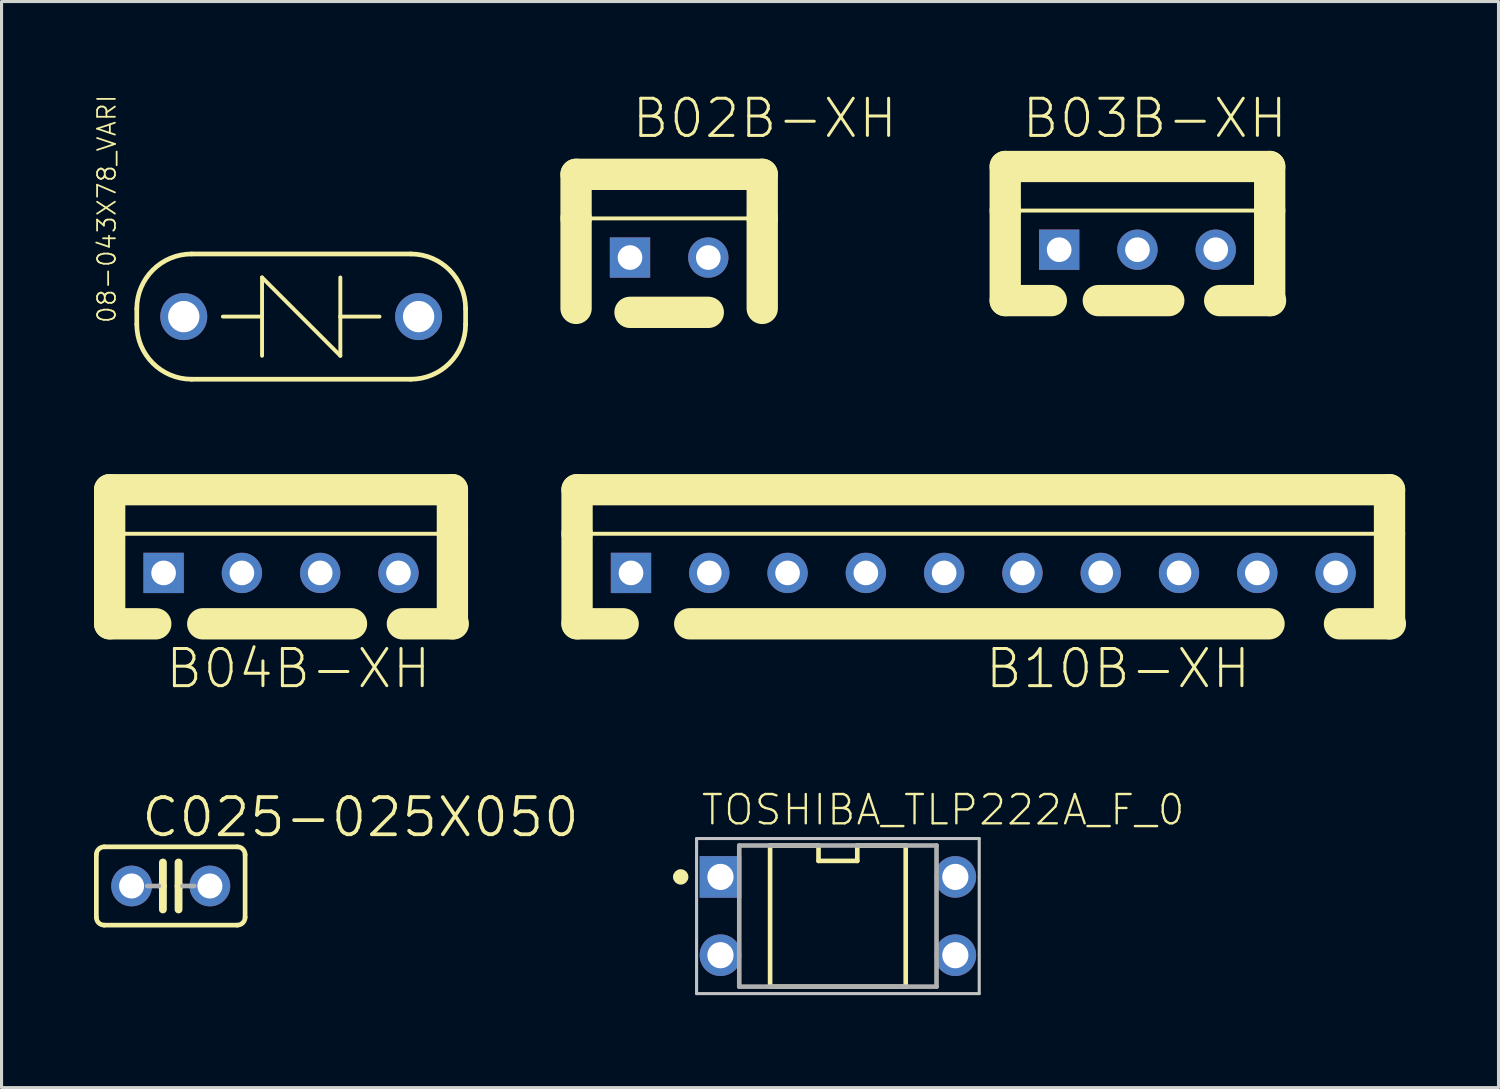
<source format=kicad_pcb>
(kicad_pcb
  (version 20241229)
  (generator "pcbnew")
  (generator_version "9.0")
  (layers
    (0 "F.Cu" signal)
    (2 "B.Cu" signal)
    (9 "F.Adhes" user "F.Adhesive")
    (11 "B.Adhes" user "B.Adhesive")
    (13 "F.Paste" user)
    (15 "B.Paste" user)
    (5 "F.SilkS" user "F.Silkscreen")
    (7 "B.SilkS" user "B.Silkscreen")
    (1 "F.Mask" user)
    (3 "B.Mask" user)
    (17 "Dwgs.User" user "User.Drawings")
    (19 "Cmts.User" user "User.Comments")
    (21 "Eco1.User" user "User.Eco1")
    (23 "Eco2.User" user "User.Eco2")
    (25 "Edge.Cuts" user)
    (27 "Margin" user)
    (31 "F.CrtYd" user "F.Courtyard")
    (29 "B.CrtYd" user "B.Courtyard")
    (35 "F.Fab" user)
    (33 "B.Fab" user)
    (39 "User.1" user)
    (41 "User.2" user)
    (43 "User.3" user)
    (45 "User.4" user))
  (footprint "B04B-XH"
    (layer "F.Cu")
    (at 4.798 15.538)
    (property "Reference" "B04B-XH" (at -2.54 3.81 0) (layer "F.SilkS") (effects (font (size 1.206 1.206) (thickness 0.097)) (justify left bottom)))
    (attr through_hole)
    (fp_line (start -4.29 -2.7) (end 6.83 -2.7) (stroke (width 1.016) (type solid)) (layer "F.SilkS"))
    (fp_line (start -4.29 -1.27) (end -4.29 -2.7) (stroke (width 1.016) (type solid)) (layer "F.SilkS"))
    (fp_line (start -4.29 -1.27) (end 6.83 -1.27) (stroke (width 0.127) (type solid)) (layer "F.SilkS"))
    (fp_line (start -4.29 1.65) (end -4.29 -1.27) (stroke (width 1.016) (type solid)) (layer "F.SilkS"))
    (fp_line (start -4.29 1.65) (end -2.794 1.651) (stroke (width 1.016) (type solid)) (layer "F.SilkS"))
    (fp_line (start -1.27 1.651) (end 3.556 1.651) (stroke (width 1.016) (type solid)) (layer "F.SilkS"))
    (fp_line (start 6.83 -2.7) (end 6.83 -1.27) (stroke (width 1.016) (type solid)) (layer "F.SilkS"))
    (fp_line (start 6.83 -1.27) (end 6.83 1.65) (stroke (width 1.016) (type solid)) (layer "F.SilkS"))
    (fp_line (start 6.858 1.651) (end 5.207 1.651) (stroke (width 1.016) (type solid)) (layer "F.SilkS"))
    (pad "P$1" thru_hole rect (at -2.54 0) (size 1.308 1.308) (drill 0.8) (layers "*.Cu" "*.Mask"))
    (pad "P$2" thru_hole circle (at 0 0) (size 1.308 1.308) (drill 0.8) (layers "*.Cu" "*.Mask"))
    (pad "P$3" thru_hole circle (at 2.54 0) (size 1.308 1.308) (drill 0.8) (layers "*.Cu" "*.Mask"))
    (pad "P$4" thru_hole circle (at 5.08 0) (size 1.308 1.308) (drill 0.8) (layers "*.Cu" "*.Mask")))
  (footprint "C025-025X050"
    (layer "F.Cu")
    (at 2.489 25.695)
    (property "Reference" "C025-025X050" (at -1.016 -1.524 0) (layer "F.SilkS") (effects (font (size 1.206 1.206) (thickness 0.121)) (justify left bottom)))
    (attr through_hole)
    (fp_line (start -2.413 -1.016) (end -2.413 1.016) (stroke (width 0.152) (type solid)) (layer "F.SilkS"))
    (fp_line (start -2.159 -1.27) (end 2.159 -1.27) (stroke (width 0.152) (type solid)) (layer "F.SilkS"))
    (fp_line (start -0.254 -0.762) (end -0.254 0) (stroke (width 0.254) (type solid)) (layer "F.SilkS"))
    (fp_line (start -0.254 0) (end -0.381 0) (stroke (width 0.152) (type solid)) (layer "F.SilkS"))
    (fp_line (start -0.254 0) (end -0.254 0.762) (stroke (width 0.254) (type solid)) (layer "F.SilkS"))
    (fp_line (start 0.254 0) (end 0.254 -0.762) (stroke (width 0.254) (type solid)) (layer "F.SilkS"))
    (fp_line (start 0.254 0) (end 0.254 0.762) (stroke (width 0.254) (type solid)) (layer "F.SilkS"))
    (fp_line (start 0.381 0) (end 0.254 0) (stroke (width 0.152) (type solid)) (layer "F.SilkS"))
    (fp_line (start 2.159 1.27) (end -2.159 1.27) (stroke (width 0.152) (type solid)) (layer "F.SilkS"))
    (fp_line (start 2.413 -1.016) (end 2.413 1.016) (stroke (width 0.152) (type solid)) (layer "F.SilkS"))
    (fp_arc (start -2.413 -1.016) (mid -2.338605 -1.195605) (end -2.159 -1.27) (stroke (width 0.1524) (type solid)) (layer "F.SilkS"))
    (fp_arc (start -2.159 1.27) (mid -2.338605 1.195605) (end -2.413 1.016) (stroke (width 0.1524) (type solid)) (layer "F.SilkS"))
    (fp_arc (start 2.159 -1.27) (mid 2.338605 -1.195605) (end 2.413 -1.016) (stroke (width 0.1524) (type solid)) (layer "F.SilkS"))
    (fp_arc (start 2.413 1.016) (mid 2.338605 1.195605) (end 2.159 1.27) (stroke (width 0.1524) (type solid)) (layer "F.SilkS"))
    (fp_line (start -0.381 0) (end -0.762 0) (stroke (width 0.152) (type solid)) (layer "F.Fab"))
    (fp_line (start 0.762 0) (end 0.381 0) (stroke (width 0.152) (type solid)) (layer "F.Fab"))
    (pad "1" thru_hole circle (at -1.27 0) (size 1.321 1.321) (drill 0.813) (layers "*.Cu" "*.Mask"))
    (pad "2" thru_hole circle (at 1.27 0) (size 1.321 1.321) (drill 0.813) (layers "*.Cu" "*.Mask")))
  (footprint "TOSHIBA_TLP222A_F_0"
    (layer "F.Cu")
    (at 24.135 26.671)
    (property "Reference" "TOSHIBA_TLP222A_F_0" (at -4.485 -2.89 0) (layer "F.SilkS") (effects (font (size 0.95 0.95) (thickness 0.076)) (justify left bottom)))
    (attr through_hole)
    (fp_line (start -2.2 -2.29) (end -2.2 2.29) (stroke (width 0.15) (type solid)) (layer "F.SilkS"))
    (fp_line (start -2.2 2.29) (end 2.2 2.29) (stroke (width 0.15) (type solid)) (layer "F.SilkS"))
    (fp_line (start -0.629 -2.29) (end -2.2 -2.29) (stroke (width 0.15) (type solid)) (layer "F.SilkS"))
    (fp_line (start -0.629 -1.79) (end -0.629 -2.29) (stroke (width 0.15) (type solid)) (layer "F.SilkS"))
    (fp_line (start 0.629 -2.29) (end 0.629 -1.79) (stroke (width 0.15) (type solid)) (layer "F.SilkS"))
    (fp_line (start 0.629 -1.79) (end -0.629 -1.79) (stroke (width 0.15) (type solid)) (layer "F.SilkS"))
    (fp_line (start 2.2 -2.29) (end 0.629 -2.29) (stroke (width 0.15) (type solid)) (layer "F.SilkS"))
    (fp_line (start 2.2 2.29) (end 2.2 -2.29) (stroke (width 0.15) (type solid)) (layer "F.SilkS"))
    (fp_circle (center -5.1 -1.27) (end -4.975 -1.27) (stroke (width 0.25) (type solid)) (fill no) (layer "F.SilkS"))
    (fp_line (start -4.585 -2.515) (end 4.585 -2.515) (stroke (width 0.1) (type solid)) (layer "Dwgs.User"))
    (fp_line (start -4.585 2.515) (end -4.585 -2.515) (stroke (width 0.1) (type solid)) (layer "Dwgs.User"))
    (fp_line (start 4.585 -2.515) (end 4.585 2.515) (stroke (width 0.1) (type solid)) (layer "Dwgs.User"))
    (fp_line (start 4.585 2.515) (end -4.585 2.515) (stroke (width 0.1) (type solid)) (layer "Dwgs.User"))
    (fp_line (start -3.2 -2.29) (end 3.2 -2.29) (stroke (width 0.15) (type solid)) (layer "F.Fab"))
    (fp_line (start -3.2 2.29) (end -3.2 -2.29) (stroke (width 0.15) (type solid)) (layer "F.Fab"))
    (fp_line (start 3.2 -2.29) (end 3.2 2.29) (stroke (width 0.15) (type solid)) (layer "F.Fab"))
    (fp_line (start 3.2 2.29) (end -3.2 2.29) (stroke (width 0.15) (type solid)) (layer "F.Fab"))
    (pad "1" thru_hole rect (at -3.81 -1.27) (size 1.35 1.35) (drill 0.85) (layers "*.Cu" "*.Mask"))
    (pad "2" thru_hole circle (at -3.81 1.27) (size 1.35 1.35) (drill 0.85) (layers "*.Cu" "*.Mask"))
    (pad "3" thru_hole circle (at 3.81 1.27) (size 1.35 1.35) (drill 0.85) (layers "*.Cu" "*.Mask"))
    (pad "4" thru_hole circle (at 3.81 -1.27) (size 1.35 1.35) (drill 0.85) (layers "*.Cu" "*.Mask")))
  (footprint "08-043X78_VARI"
    (layer "F.Cu")
    (at 6.722 7.222)
    (property "Reference" "08-043X78_VARI" (at -5.969 0.254 270) (layer "F.SilkS") (effects (font (size 0.579 0.579) (thickness 0.058)) (justify left bottom)))
    (attr through_hole)
    (fp_line (start -5.334 0.254) (end -5.334 -0.254) (stroke (width 0.152) (type solid)) (layer "F.SilkS"))
    (fp_line (start -3.556 -2.032) (end 3.556 -2.032) (stroke (width 0.152) (type solid)) (layer "F.SilkS"))
    (fp_line (start -1.27 -1.27) (end 1.27 1.27) (stroke (width 0.127) (type solid)) (layer "F.SilkS"))
    (fp_line (start -1.27 0) (end -2.54 0) (stroke (width 0.127) (type solid)) (layer "F.SilkS"))
    (fp_line (start -1.27 0) (end -1.27 -1.27) (stroke (width 0.127) (type solid)) (layer "F.SilkS"))
    (fp_line (start -1.27 1.27) (end -1.27 0) (stroke (width 0.127) (type solid)) (layer "F.SilkS"))
    (fp_line (start 1.27 -1.27) (end 1.27 0) (stroke (width 0.127) (type solid)) (layer "F.SilkS"))
    (fp_line (start 1.27 0) (end 1.27 1.27) (stroke (width 0.127) (type solid)) (layer "F.SilkS"))
    (fp_line (start 1.27 0) (end 2.54 0) (stroke (width 0.127) (type solid)) (layer "F.SilkS"))
    (fp_line (start 3.556 2.032) (end -3.556 2.032) (stroke (width 0.152) (type solid)) (layer "F.SilkS"))
    (fp_line (start 5.334 -0.254) (end 5.334 0.254) (stroke (width 0.152) (type solid)) (layer "F.SilkS"))
    (fp_arc (start -5.334 -0.254) (mid -4.813235 -1.511236) (end -3.555999 -2.031999) (stroke (width 0.1524) (type solid)) (layer "F.SilkS"))
    (fp_arc (start -3.555999 2.031999) (mid -4.813235 1.511236) (end -5.334 0.254) (stroke (width 0.1524) (type solid)) (layer "F.SilkS"))
    (fp_arc (start 3.556 -2.032) (mid 4.813237 -1.511236) (end 5.334001 -0.253999) (stroke (width 0.1524) (type solid)) (layer "F.SilkS"))
    (fp_arc (start 5.334001 0.253999) (mid 4.813237 1.511236) (end 3.556 2.032) (stroke (width 0.1524) (type solid)) (layer "F.SilkS"))
    (pad "1" thru_hole circle (at -3.81 0) (size 1.524 1.524) (drill 1.016) (layers "*.Cu" "*.Mask"))
    (pad "2" thru_hole circle (at 3.81 0) (size 1.524 1.524) (drill 1.016) (layers "*.Cu" "*.Mask")))
  (footprint "B10B-XH"
    (layer "F.Cu")
    (at 19.962 15.538)
    (property "Reference" "B10B-XH" (at 8.89 3.81 180) (layer "F.SilkS") (effects (font (size 1.206 1.206) (thickness 0.097)) (justify left bottom)))
    (attr through_hole)
    (fp_line (start -4.29 -2.7) (end 22.07 -2.7) (stroke (width 1.016) (type solid)) (layer "F.SilkS"))
    (fp_line (start -4.29 -1.27) (end -4.29 -2.7) (stroke (width 1.016) (type solid)) (layer "F.SilkS"))
    (fp_line (start -4.29 -1.27) (end 22.07 -1.27) (stroke (width 0.127) (type solid)) (layer "F.SilkS"))
    (fp_line (start -4.29 1.65) (end -4.29 -1.27) (stroke (width 1.016) (type solid)) (layer "F.SilkS"))
    (fp_line (start -4.29 1.65) (end -2.794 1.651) (stroke (width 1.016) (type solid)) (layer "F.SilkS"))
    (fp_line (start -0.635 1.651) (end 18.161 1.651) (stroke (width 1.016) (type solid)) (layer "F.SilkS"))
    (fp_line (start 22.07 -2.7) (end 22.07 -1.27) (stroke (width 1.016) (type solid)) (layer "F.SilkS"))
    (fp_line (start 22.07 -1.27) (end 22.07 1.65) (stroke (width 1.016) (type solid)) (layer "F.SilkS"))
    (fp_line (start 22.098 1.651) (end 20.447 1.651) (stroke (width 1.016) (type solid)) (layer "F.SilkS"))
    (pad "P$1" thru_hole rect (at -2.54 0) (size 1.308 1.308) (drill 0.8) (layers "*.Cu" "*.Mask"))
    (pad "P$2" thru_hole circle (at 0 0) (size 1.308 1.308) (drill 0.8) (layers "*.Cu" "*.Mask"))
    (pad "P$3" thru_hole circle (at 2.54 0) (size 1.308 1.308) (drill 0.8) (layers "*.Cu" "*.Mask"))
    (pad "P$4" thru_hole circle (at 5.08 0) (size 1.308 1.308) (drill 0.8) (layers "*.Cu" "*.Mask"))
    (pad "P$5" thru_hole circle (at 7.62 0) (size 1.308 1.308) (drill 0.8) (layers "*.Cu" "*.Mask"))
    (pad "P$6" thru_hole circle (at 10.16 0) (size 1.308 1.308) (drill 0.8) (layers "*.Cu" "*.Mask"))
    (pad "P$7" thru_hole circle (at 12.7 0) (size 1.308 1.308) (drill 0.8) (layers "*.Cu" "*.Mask"))
    (pad "P$8" thru_hole circle (at 15.24 0) (size 1.308 1.308) (drill 0.8) (layers "*.Cu" "*.Mask"))
    (pad "P$9" thru_hole circle (at 17.78 0) (size 1.308 1.308) (drill 0.8) (layers "*.Cu" "*.Mask"))
    (pad "P$10" thru_hole circle (at 20.32 0) (size 1.308 1.308) (drill 0.8) (layers "*.Cu" "*.Mask")))
  (footprint "B02B-XH"
    (layer "F.Cu")
    (at 19.93 5.306)
    (property "Reference" "B02B-XH" (at -2.54 -3.81 180) (layer "F.SilkS") (effects (font (size 1.206 1.206) (thickness 0.097)) (justify left bottom)))
    (attr through_hole)
    (fp_line (start -4.29 -2.7) (end 1.75 -2.7) (stroke (width 1.016) (type solid)) (layer "F.SilkS"))
    (fp_line (start -4.29 -1.27) (end -4.29 -2.7) (stroke (width 1.016) (type solid)) (layer "F.SilkS"))
    (fp_line (start -4.29 -1.27) (end 1.75 -1.27) (stroke (width 0.127) (type solid)) (layer "F.SilkS"))
    (fp_line (start -4.29 1.65) (end -4.29 -1.27) (stroke (width 1.016) (type solid)) (layer "F.SilkS"))
    (fp_line (start -2.54 1.778) (end 0 1.778) (stroke (width 1.016) (type solid)) (layer "F.SilkS"))
    (fp_line (start 1.75 -2.7) (end 1.75 -1.27) (stroke (width 1.016) (type solid)) (layer "F.SilkS"))
    (fp_line (start 1.75 -1.27) (end 1.75 1.65) (stroke (width 1.016) (type solid)) (layer "F.SilkS"))
    (pad "P$1" thru_hole rect (at -2.54 0) (size 1.308 1.308) (drill 0.8) (layers "*.Cu" "*.Mask"))
    (pad "P$2" thru_hole circle (at 0 0) (size 1.308 1.308) (drill 0.8) (layers "*.Cu" "*.Mask")))
  (footprint "B03B-XH"
    (layer "F.Cu")
    (at 33.854 5.052)
    (property "Reference" "B03B-XH" (at -3.81 -3.556 180) (layer "F.SilkS") (effects (font (size 1.206 1.206) (thickness 0.097)) (justify left bottom)))
    (attr through_hole)
    (fp_line (start -4.29 -2.7) (end 4.29 -2.7) (stroke (width 1.016) (type solid)) (layer "F.SilkS"))
    (fp_line (start -4.29 -1.27) (end -4.29 -2.7) (stroke (width 1.016) (type solid)) (layer "F.SilkS"))
    (fp_line (start -4.29 -1.27) (end 4.29 -1.27) (stroke (width 0.127) (type solid)) (layer "F.SilkS"))
    (fp_line (start -4.29 1.65) (end -4.29 -1.27) (stroke (width 1.016) (type solid)) (layer "F.SilkS"))
    (fp_line (start -4.29 1.65) (end -2.794 1.651) (stroke (width 1.016) (type solid)) (layer "F.SilkS"))
    (fp_line (start -1.27 1.651) (end 1.016 1.651) (stroke (width 1.016) (type solid)) (layer "F.SilkS"))
    (fp_line (start 4.29 -2.7) (end 4.29 -1.27) (stroke (width 1.016) (type solid)) (layer "F.SilkS"))
    (fp_line (start 4.29 -1.27) (end 4.29 1.65) (stroke (width 1.016) (type solid)) (layer "F.SilkS"))
    (fp_line (start 4.318 1.651) (end 2.667 1.651) (stroke (width 1.016) (type solid)) (layer "F.SilkS"))
    (pad "P$1" thru_hole rect (at -2.54 0) (size 1.308 1.308) (drill 0.8) (layers "*.Cu" "*.Mask"))
    (pad "P$2" thru_hole circle (at 0 0) (size 1.308 1.308) (drill 0.8) (layers "*.Cu" "*.Mask"))
    (pad "P$3" thru_hole circle (at 2.54 0) (size 1.308 1.308) (drill 0.8) (layers "*.Cu" "*.Mask")))
  (gr_rect
    (start -3 -3)
    (end 45.568 32.236)
    (stroke (width 0.1) (type default))
    (fill no)
    (layer "Edge.Cuts")))
</source>
